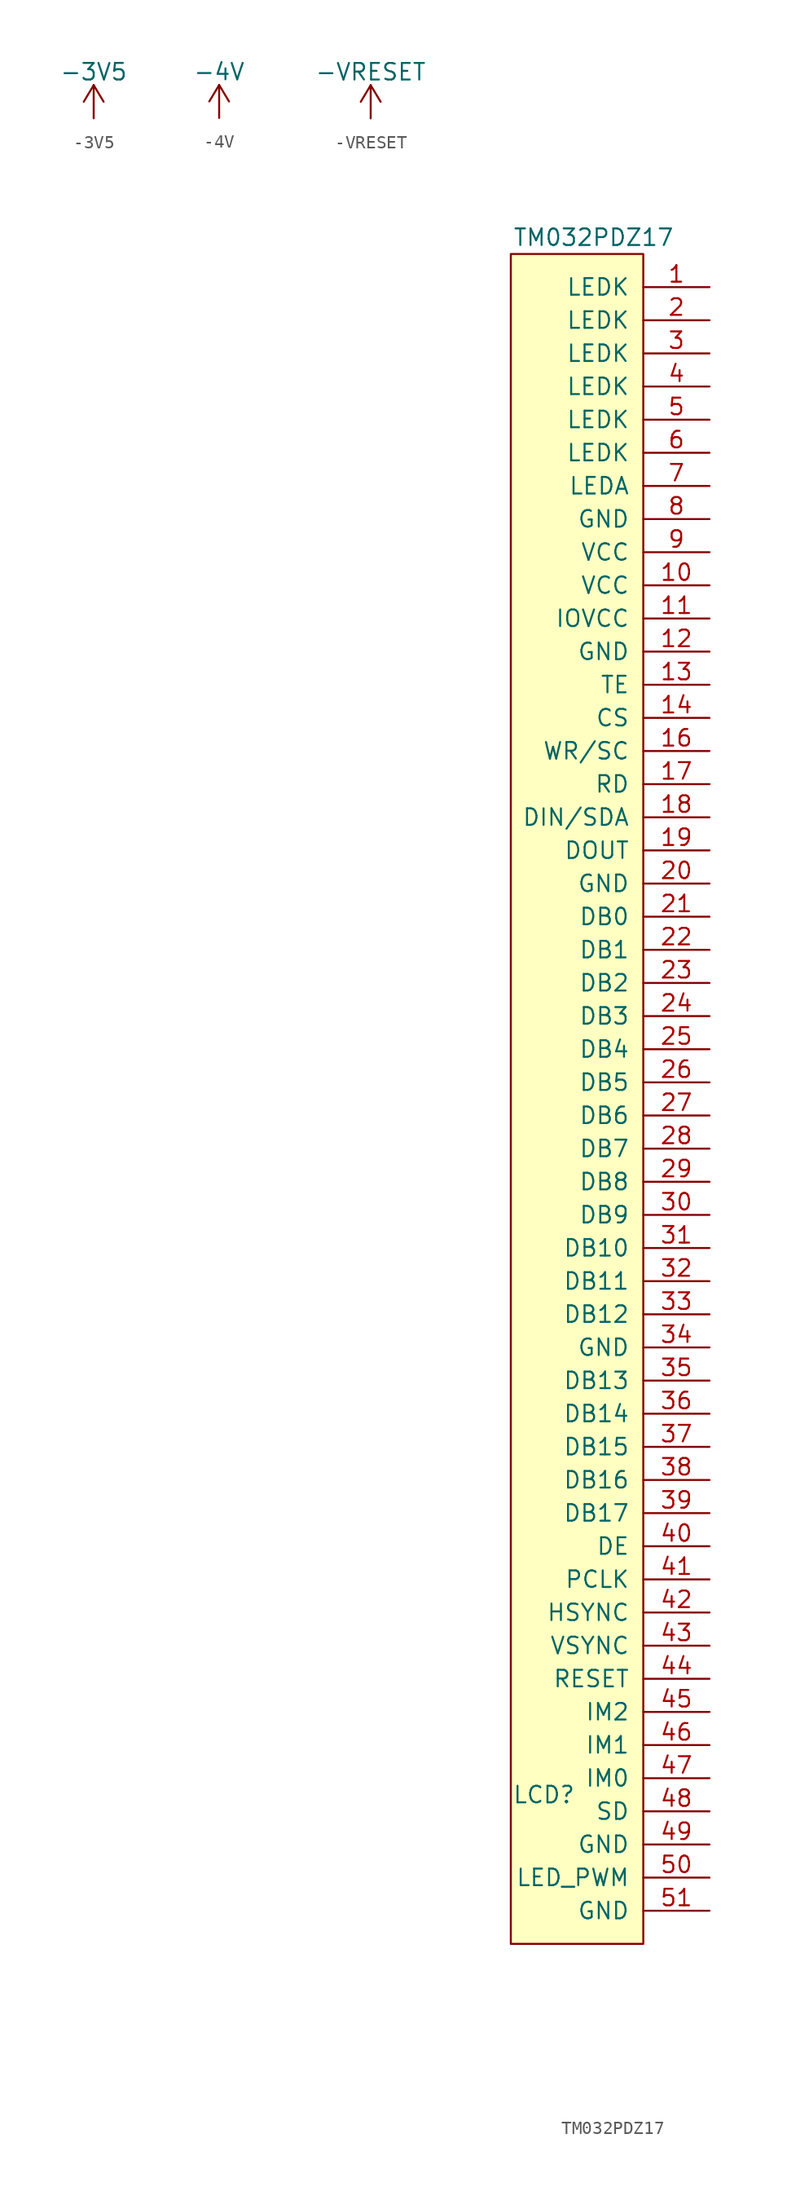
<source format=kicad_sym>
(kicad_symbol_lib
  (version 20210619)
  (generator kicad_symbol_editor)
  (symbol "Sitina:-3V5"
    (power)
    (pin_names
      (offset 0))
    (property "Reference" "#PWR"
      (at 0 -3.81 0)
      (effects (font (size 1.27 1.27)) hide))
    (property "Value" "-3V5"
      (at 0 3.556 0)
      (effects (font (size 1.27 1.27))))
    (symbol "-3V5_0_1"
      (polyline (pts (xy -0.762 1.27) (xy 0 2.54)) (stroke (width 0)) (fill (type none)))
      (polyline (pts (xy 0 0) (xy 0 2.54)) (stroke (width 0)) (fill (type none)))
      (polyline (pts (xy 0 2.54) (xy 0.762 1.27)) (stroke (width 0)) (fill (type none))))
    (symbol "-3V5_1_1"
      (pin power_in line (at 0 0 90) (length 0) hide (name "-3V5" (effects (font (size 1.27 1.27)))) (number "1" (effects (font (size 1.27 1.27)))))))
  (symbol "Sitina:-4V"
    (power)
    (pin_names
      (offset 0))
    (property "Reference" "#PWR"
      (at 0 -3.81 0)
      (effects (font (size 1.27 1.27)) hide))
    (property "Value" "-4V"
      (at 0 3.556 0)
      (effects (font (size 1.27 1.27))))
    (symbol "-4V_0_1"
      (polyline (pts (xy -0.762 1.27) (xy 0 2.54)) (stroke (width 0)) (fill (type none)))
      (polyline (pts (xy 0 0) (xy 0 2.54)) (stroke (width 0)) (fill (type none)))
      (polyline (pts (xy 0 2.54) (xy 0.762 1.27)) (stroke (width 0)) (fill (type none))))
    (symbol "-4V_1_1"
      (pin power_in line (at 0 0 90) (length 0) hide (name "-4V" (effects (font (size 1.27 1.27)))) (number "1" (effects (font (size 1.27 1.27)))))))
  (symbol "Sitina:-VRESET"
    (power)
    (pin_names
      (offset 0))
    (property "Reference" "#PWR"
      (at 0 -3.81 0)
      (effects (font (size 1.27 1.27)) hide))
    (property "Value" "-VRESET"
      (at 0 3.556 0)
      (effects (font (size 1.27 1.27))))
    (symbol "-VRESET_0_1"
      (polyline (pts (xy -0.762 1.27) (xy 0 2.54)) (stroke (width 0)) (fill (type none)))
      (polyline (pts (xy 0 0) (xy 0 2.54)) (stroke (width 0)) (fill (type none)))
      (polyline (pts (xy 0 2.54) (xy 0.762 1.27)) (stroke (width 0)) (fill (type none))))
    (symbol "-VRESET_1_1"
      (pin power_in line (at 0 0 90) (length 0) hide (name "-VRESET" (effects (font (size 1.27 1.27)))) (number "1" (effects (font (size 1.27 1.27)))))))
  (symbol "Sitina:TM032PDZ17"
    (pin_names
      (offset 1.016))
    (property "Reference" "LCD"
      (at -2.54 -59.69 0)
      (effects (font (size 1.27 1.27))))
    (property "Value" "TM032PDZ17"
      (at 1.27 59.69 0)
      (effects (font (size 1.27 1.27))))
    (symbol "TM032PDZ17_0_1"
      (rectangle (start -5.08 58.42) (end 5.08 -71.12) (stroke (width 0)) (fill (type background))))
    (symbol "TM032PDZ17_1_1"
      (pin input line (at 10.16 55.88 180) (length 5.08) (name "LEDK" (effects (font (size 1.27 1.27)))) (number "1" (effects (font (size 1.27 1.27)))))
      (pin input line (at 10.16 33.02 180) (length 5.08) (name "VCC" (effects (font (size 1.27 1.27)))) (number "10" (effects (font (size 1.27 1.27)))))
      (pin input line (at 10.16 30.48 180) (length 5.08) (name "IOVCC" (effects (font (size 1.27 1.27)))) (number "11" (effects (font (size 1.27 1.27)))))
      (pin input line (at 10.16 27.94 180) (length 5.08) (name "GND" (effects (font (size 1.27 1.27)))) (number "12" (effects (font (size 1.27 1.27)))))
      (pin input line (at 10.16 25.4 180) (length 5.08) (name "TE" (effects (font (size 1.27 1.27)))) (number "13" (effects (font (size 1.27 1.27)))))
      (pin input line (at 10.16 22.86 180) (length 5.08) (name "CS" (effects (font (size 1.27 1.27)))) (number "14" (effects (font (size 1.27 1.27)))))
      (pin input line (at 10.16 20.32 180) (length 5.08) (name "WR/SC" (effects (font (size 1.27 1.27)))) (number "16" (effects (font (size 1.27 1.27)))))
      (pin input line (at 10.16 17.78 180) (length 5.08) (name "RD" (effects (font (size 1.27 1.27)))) (number "17" (effects (font (size 1.27 1.27)))))
      (pin input line (at 10.16 15.24 180) (length 5.08) (name "DIN/SDA" (effects (font (size 1.27 1.27)))) (number "18" (effects (font (size 1.27 1.27)))))
      (pin input line (at 10.16 12.7 180) (length 5.08) (name "DOUT" (effects (font (size 1.27 1.27)))) (number "19" (effects (font (size 1.27 1.27)))))
      (pin input line (at 10.16 53.34 180) (length 5.08) (name "LEDK" (effects (font (size 1.27 1.27)))) (number "2" (effects (font (size 1.27 1.27)))))
      (pin input line (at 10.16 10.16 180) (length 5.08) (name "GND" (effects (font (size 1.27 1.27)))) (number "20" (effects (font (size 1.27 1.27)))))
      (pin input line (at 10.16 7.62 180) (length 5.08) (name "DB0" (effects (font (size 1.27 1.27)))) (number "21" (effects (font (size 1.27 1.27)))))
      (pin input line (at 10.16 5.08 180) (length 5.08) (name "DB1" (effects (font (size 1.27 1.27)))) (number "22" (effects (font (size 1.27 1.27)))))
      (pin input line (at 10.16 2.54 180) (length 5.08) (name "DB2" (effects (font (size 1.27 1.27)))) (number "23" (effects (font (size 1.27 1.27)))))
      (pin input line (at 10.16 0 180) (length 5.08) (name "DB3" (effects (font (size 1.27 1.27)))) (number "24" (effects (font (size 1.27 1.27)))))
      (pin input line (at 10.16 -2.54 180) (length 5.08) (name "DB4" (effects (font (size 1.27 1.27)))) (number "25" (effects (font (size 1.27 1.27)))))
      (pin input line (at 10.16 -5.08 180) (length 5.08) (name "DB5" (effects (font (size 1.27 1.27)))) (number "26" (effects (font (size 1.27 1.27)))))
      (pin input line (at 10.16 -7.62 180) (length 5.08) (name "DB6" (effects (font (size 1.27 1.27)))) (number "27" (effects (font (size 1.27 1.27)))))
      (pin input line (at 10.16 -10.16 180) (length 5.08) (name "DB7" (effects (font (size 1.27 1.27)))) (number "28" (effects (font (size 1.27 1.27)))))
      (pin input line (at 10.16 -12.7 180) (length 5.08) (name "DB8" (effects (font (size 1.27 1.27)))) (number "29" (effects (font (size 1.27 1.27)))))
      (pin input line (at 10.16 50.8 180) (length 5.08) (name "LEDK" (effects (font (size 1.27 1.27)))) (number "3" (effects (font (size 1.27 1.27)))))
      (pin input line (at 10.16 -15.24 180) (length 5.08) (name "DB9" (effects (font (size 1.27 1.27)))) (number "30" (effects (font (size 1.27 1.27)))))
      (pin input line (at 10.16 -17.78 180) (length 5.08) (name "DB10" (effects (font (size 1.27 1.27)))) (number "31" (effects (font (size 1.27 1.27)))))
      (pin input line (at 10.16 -20.32 180) (length 5.08) (name "DB11" (effects (font (size 1.27 1.27)))) (number "32" (effects (font (size 1.27 1.27)))))
      (pin input line (at 10.16 -22.86 180) (length 5.08) (name "DB12" (effects (font (size 1.27 1.27)))) (number "33" (effects (font (size 1.27 1.27)))))
      (pin input line (at 10.16 -25.4 180) (length 5.08) (name "GND" (effects (font (size 1.27 1.27)))) (number "34" (effects (font (size 1.27 1.27)))))
      (pin input line (at 10.16 -27.94 180) (length 5.08) (name "DB13" (effects (font (size 1.27 1.27)))) (number "35" (effects (font (size 1.27 1.27)))))
      (pin input line (at 10.16 -30.48 180) (length 5.08) (name "DB14" (effects (font (size 1.27 1.27)))) (number "36" (effects (font (size 1.27 1.27)))))
      (pin input line (at 10.16 -33.02 180) (length 5.08) (name "DB15" (effects (font (size 1.27 1.27)))) (number "37" (effects (font (size 1.27 1.27)))))
      (pin input line (at 10.16 -35.56 180) (length 5.08) (name "DB16" (effects (font (size 1.27 1.27)))) (number "38" (effects (font (size 1.27 1.27)))))
      (pin input line (at 10.16 -38.1 180) (length 5.08) (name "DB17" (effects (font (size 1.27 1.27)))) (number "39" (effects (font (size 1.27 1.27)))))
      (pin input line (at 10.16 48.26 180) (length 5.08) (name "LEDK" (effects (font (size 1.27 1.27)))) (number "4" (effects (font (size 1.27 1.27)))))
      (pin input line (at 10.16 -40.64 180) (length 5.08) (name "DE" (effects (font (size 1.27 1.27)))) (number "40" (effects (font (size 1.27 1.27)))))
      (pin input line (at 10.16 -43.18 180) (length 5.08) (name "PCLK" (effects (font (size 1.27 1.27)))) (number "41" (effects (font (size 1.27 1.27)))))
      (pin input line (at 10.16 -45.72 180) (length 5.08) (name "HSYNC" (effects (font (size 1.27 1.27)))) (number "42" (effects (font (size 1.27 1.27)))))
      (pin input line (at 10.16 -48.26 180) (length 5.08) (name "VSYNC" (effects (font (size 1.27 1.27)))) (number "43" (effects (font (size 1.27 1.27)))))
      (pin input line (at 10.16 -50.8 180) (length 5.08) (name "RESET" (effects (font (size 1.27 1.27)))) (number "44" (effects (font (size 1.27 1.27)))))
      (pin input line (at 10.16 -53.34 180) (length 5.08) (name "IM2" (effects (font (size 1.27 1.27)))) (number "45" (effects (font (size 1.27 1.27)))))
      (pin input line (at 10.16 -55.88 180) (length 5.08) (name "IM1" (effects (font (size 1.27 1.27)))) (number "46" (effects (font (size 1.27 1.27)))))
      (pin input line (at 10.16 -58.42 180) (length 5.08) (name "IM0" (effects (font (size 1.27 1.27)))) (number "47" (effects (font (size 1.27 1.27)))))
      (pin input line (at 10.16 -60.96 180) (length 5.08) (name "SD" (effects (font (size 1.27 1.27)))) (number "48" (effects (font (size 1.27 1.27)))))
      (pin input line (at 10.16 -63.5 180) (length 5.08) (name "GND" (effects (font (size 1.27 1.27)))) (number "49" (effects (font (size 1.27 1.27)))))
      (pin input line (at 10.16 45.72 180) (length 5.08) (name "LEDK" (effects (font (size 1.27 1.27)))) (number "5" (effects (font (size 1.27 1.27)))))
      (pin input line (at 10.16 -66.04 180) (length 5.08) (name "LED_PWM" (effects (font (size 1.27 1.27)))) (number "50" (effects (font (size 1.27 1.27)))))
      (pin input line (at 10.16 -68.58 180) (length 5.08) (name "GND" (effects (font (size 1.27 1.27)))) (number "51" (effects (font (size 1.27 1.27)))))
      (pin input line (at 10.16 43.18 180) (length 5.08) (name "LEDK" (effects (font (size 1.27 1.27)))) (number "6" (effects (font (size 1.27 1.27)))))
      (pin input line (at 10.16 40.64 180) (length 5.08) (name "LEDA" (effects (font (size 1.27 1.27)))) (number "7" (effects (font (size 1.27 1.27)))))
      (pin input line (at 10.16 38.1 180) (length 5.08) (name "GND" (effects (font (size 1.27 1.27)))) (number "8" (effects (font (size 1.27 1.27)))))
      (pin input line (at 10.16 35.56 180) (length 5.08) (name "VCC" (effects (font (size 1.27 1.27)))) (number "9" (effects (font (size 1.27 1.27))))))))
</source>
